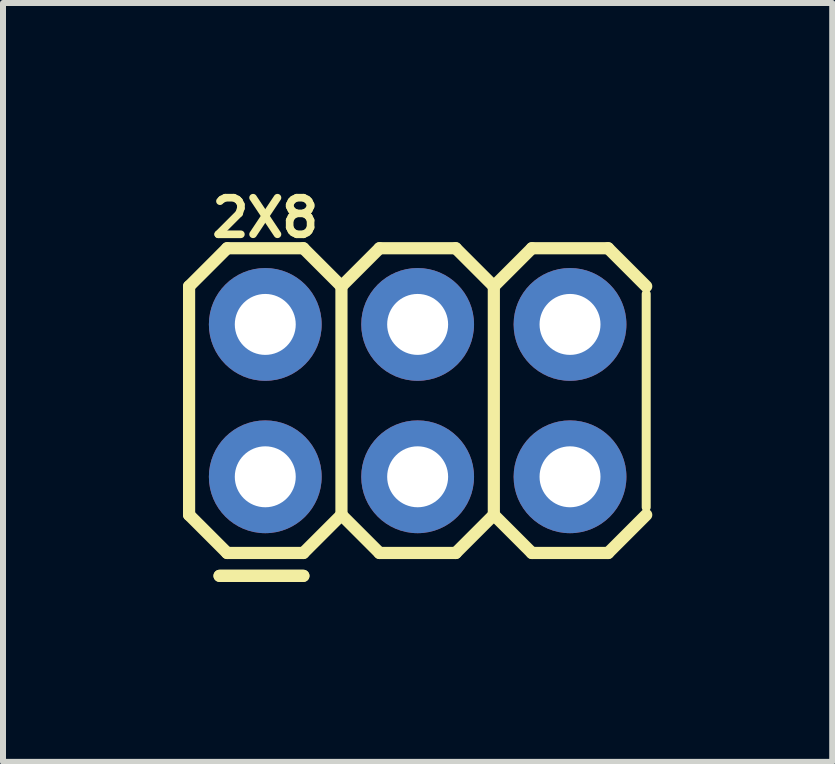
<source format=kicad_pcb>
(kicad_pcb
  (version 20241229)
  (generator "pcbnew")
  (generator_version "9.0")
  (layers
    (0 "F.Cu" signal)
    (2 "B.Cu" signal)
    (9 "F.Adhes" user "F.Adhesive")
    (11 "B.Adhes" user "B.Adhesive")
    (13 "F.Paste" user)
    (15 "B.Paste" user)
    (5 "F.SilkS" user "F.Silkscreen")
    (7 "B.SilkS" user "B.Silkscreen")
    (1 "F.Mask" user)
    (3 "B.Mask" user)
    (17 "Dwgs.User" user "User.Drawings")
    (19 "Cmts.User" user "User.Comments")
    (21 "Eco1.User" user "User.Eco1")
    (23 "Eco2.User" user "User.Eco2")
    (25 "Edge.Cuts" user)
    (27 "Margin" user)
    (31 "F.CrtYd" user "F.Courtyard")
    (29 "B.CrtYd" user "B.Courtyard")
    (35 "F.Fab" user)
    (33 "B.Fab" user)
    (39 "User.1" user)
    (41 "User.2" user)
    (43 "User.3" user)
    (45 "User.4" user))
  (footprint "2X8"
    (layer "F.Cu")
    (at 1.372 4.898)
    (property "Reference" "2X8" (at 0 -4.318 0) (layer "F.SilkS") (effects (font (size 0.61 0.61) (thickness 0.127))))
    (attr exclude_from_pos_files exclude_from_bom)
    (fp_line (start -1.27 -3.175) (end -0.635 -3.81) (stroke (width 0.203) (type solid)) (layer "F.SilkS"))
    (fp_line (start -1.27 0.635) (end -1.27 -3.175) (stroke (width 0.203) (type solid)) (layer "F.SilkS"))
    (fp_line (start -1.27 0.635) (end -0.635 1.27) (stroke (width 0.203) (type solid)) (layer "F.SilkS"))
    (fp_line (start -0.762 1.651) (end 0.635 1.651) (stroke (width 0.203) (type solid)) (layer "F.SilkS"))
    (fp_line (start -0.635 -3.81) (end 0.635 -3.81) (stroke (width 0.203) (type solid)) (layer "F.SilkS"))
    (fp_line (start -0.635 1.27) (end 0.635 1.27) (stroke (width 0.203) (type solid)) (layer "F.SilkS"))
    (fp_line (start 0.635 -3.81) (end 1.27 -3.175) (stroke (width 0.203) (type solid)) (layer "F.SilkS"))
    (fp_line (start 0.635 1.27) (end 1.27 0.635) (stroke (width 0.203) (type solid)) (layer "F.SilkS"))
    (fp_line (start 0.635 1.651) (end -0.762 1.651) (stroke (width 0.203) (type solid)) (layer "F.SilkS"))
    (fp_line (start 1.27 -3.175) (end 1.27 0.635) (stroke (width 0.203) (type solid)) (layer "F.SilkS"))
    (fp_line (start 1.27 -3.175) (end 1.905 -3.81) (stroke (width 0.203) (type solid)) (layer "F.SilkS"))
    (fp_line (start 1.27 0.635) (end 1.905 1.27) (stroke (width 0.203) (type solid)) (layer "F.SilkS"))
    (fp_line (start 1.905 -3.81) (end 3.175 -3.81) (stroke (width 0.203) (type solid)) (layer "F.SilkS"))
    (fp_line (start 1.905 1.27) (end 3.175 1.27) (stroke (width 0.203) (type solid)) (layer "F.SilkS"))
    (fp_line (start 3.175 -3.81) (end 3.81 -3.175) (stroke (width 0.203) (type solid)) (layer "F.SilkS"))
    (fp_line (start 3.175 1.27) (end 3.81 0.635) (stroke (width 0.203) (type solid)) (layer "F.SilkS"))
    (fp_line (start 3.81 -3.175) (end 3.81 0.635) (stroke (width 0.203) (type solid)) (layer "F.SilkS"))
    (fp_line (start 3.81 -3.175) (end 4.445 -3.81) (stroke (width 0.203) (type solid)) (layer "F.SilkS"))
    (fp_line (start 3.81 0.635) (end 4.445 1.27) (stroke (width 0.203) (type solid)) (layer "F.SilkS"))
    (fp_line (start 4.445 -3.81) (end 5.715 -3.81) (stroke (width 0.203) (type solid)) (layer "F.SilkS"))
    (fp_line (start 4.445 1.27) (end 5.715 1.27) (stroke (width 0.203) (type solid)) (layer "F.SilkS"))
    (fp_line (start 5.715 -3.81) (end 6.35 -3.175) (stroke (width 0.203) (type solid)) (layer "F.SilkS"))
    (fp_line (start 5.715 1.27) (end 6.35 0.635) (stroke (width 0.203) (type solid)) (layer "F.SilkS"))
    (fp_line (start 6.35 -3.048) (end 6.35 0.508) (stroke (width 0.15) (type solid)) (layer "F.SilkS"))
    (pad "1" thru_hole circle (at 0 0) (size 1.88 1.88) (drill 1.016) (layers "*.Cu" "*.Mask"))
    (pad "2" thru_hole circle (at 0 -2.54) (size 1.88 1.88) (drill 1.016) (layers "*.Cu" "*.Mask"))
    (pad "3" thru_hole circle (at 2.54 0) (size 1.88 1.88) (drill 1.016) (layers "*.Cu" "*.Mask"))
    (pad "4" thru_hole circle (at 2.54 -2.54) (size 1.88 1.88) (drill 1.016) (layers "*.Cu" "*.Mask"))
    (pad "5" thru_hole circle (at 5.08 0) (size 1.88 1.88) (drill 1.016) (layers "*.Cu" "*.Mask"))
    (pad "6" thru_hole circle (at 5.08 -2.54) (size 1.88 1.88) (drill 1.016) (layers "*.Cu" "*.Mask")))
  (gr_rect
    (start -3 -3)
    (end 10.823 9.65)
    (stroke (width 0.1) (type default))
    (fill no)
    (layer "Edge.Cuts")))
</source>
